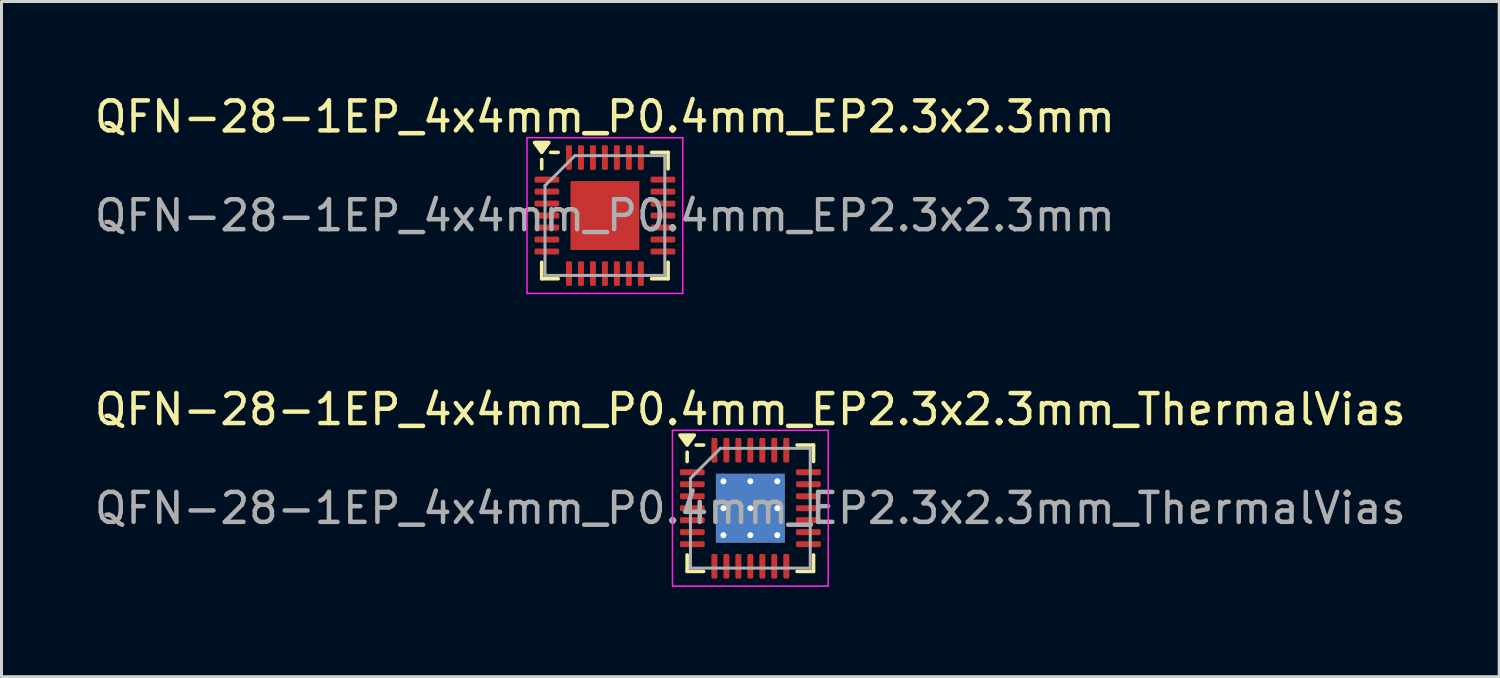
<source format=kicad_pcb>
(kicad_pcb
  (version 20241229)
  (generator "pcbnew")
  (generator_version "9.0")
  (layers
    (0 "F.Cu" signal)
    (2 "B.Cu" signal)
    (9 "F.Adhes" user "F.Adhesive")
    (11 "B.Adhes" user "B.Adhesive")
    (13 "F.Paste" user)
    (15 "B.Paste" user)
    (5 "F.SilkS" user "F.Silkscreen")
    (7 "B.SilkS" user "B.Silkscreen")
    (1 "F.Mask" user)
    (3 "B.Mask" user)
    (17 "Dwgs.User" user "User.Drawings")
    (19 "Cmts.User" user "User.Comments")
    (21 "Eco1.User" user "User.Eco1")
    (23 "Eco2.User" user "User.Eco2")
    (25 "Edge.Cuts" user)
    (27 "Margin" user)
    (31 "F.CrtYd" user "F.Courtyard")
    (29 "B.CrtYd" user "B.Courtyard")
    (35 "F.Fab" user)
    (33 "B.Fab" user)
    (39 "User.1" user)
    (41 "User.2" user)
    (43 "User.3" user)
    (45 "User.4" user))
  (footprint "QFN-28-1EP_4x4mm_P0.4mm_EP2.3x2.3mm"
    (layer "F.Cu")
    (at 17.149 4.148)
    (property "Reference" "QFN-28-1EP_4x4mm_P0.4mm_EP2.3x2.3mm" (at 0 -3.3 0) (layer "F.SilkS") (effects (font (size 1 1) (thickness 0.15))))
    (attr smd)
    (fp_line (start -2.11 -1.56) (end -2.11 -1.87) (stroke (width 0.12) (type solid)) (layer "F.SilkS"))
    (fp_line (start -2.11 2.11) (end -2.11 1.56) (stroke (width 0.12) (type solid)) (layer "F.SilkS"))
    (fp_line (start -1.56 -2.11) (end -1.81 -2.11) (stroke (width 0.12) (type solid)) (layer "F.SilkS"))
    (fp_line (start -1.56 2.11) (end -2.11 2.11) (stroke (width 0.12) (type solid)) (layer "F.SilkS"))
    (fp_line (start 1.56 -2.11) (end 2.11 -2.11) (stroke (width 0.12) (type solid)) (layer "F.SilkS"))
    (fp_line (start 1.56 2.11) (end 2.11 2.11) (stroke (width 0.12) (type solid)) (layer "F.SilkS"))
    (fp_line (start 2.11 -2.11) (end 2.11 -1.56) (stroke (width 0.12) (type solid)) (layer "F.SilkS"))
    (fp_line (start 2.11 2.11) (end 2.11 1.56) (stroke (width 0.12) (type solid)) (layer "F.SilkS"))
    (fp_poly (pts (xy -2.11 -2.11) (xy -2.35 -2.44) (xy -1.87 -2.44) (xy -2.11 -2.11)) (stroke (width 0.12) (type solid)) (fill yes) (layer "F.SilkS"))
    (fp_line (start -2.6 -2.6) (end -2.6 2.6) (stroke (width 0.05) (type solid)) (layer "F.CrtYd"))
    (fp_line (start -2.6 2.6) (end 2.6 2.6) (stroke (width 0.05) (type solid)) (layer "F.CrtYd"))
    (fp_line (start 2.6 -2.6) (end -2.6 -2.6) (stroke (width 0.05) (type solid)) (layer "F.CrtYd"))
    (fp_line (start 2.6 2.6) (end 2.6 -2.6) (stroke (width 0.05) (type solid)) (layer "F.CrtYd"))
    (fp_line (start -2 -1) (end -1 -2) (stroke (width 0.1) (type solid)) (layer "F.Fab"))
    (fp_line (start -2 2) (end -2 -1) (stroke (width 0.1) (type solid)) (layer "F.Fab"))
    (fp_line (start -1 -2) (end 2 -2) (stroke (width 0.1) (type solid)) (layer "F.Fab"))
    (fp_line (start 2 -2) (end 2 2) (stroke (width 0.1) (type solid)) (layer "F.Fab"))
    (fp_line (start 2 2) (end -2 2) (stroke (width 0.1) (type solid)) (layer "F.Fab"))
    (fp_text user "${REFERENCE}" (at 0 0 0) (layer "F.Fab") (effects (font (size 1 1) (thickness 0.15))))
    (pad "" smd roundrect (at -0.575 -0.575) (size 0.93 0.93) (layers "F.Paste") (roundrect_rratio 0.25))
    (pad "" smd roundrect (at -0.575 0.575) (size 0.93 0.93) (layers "F.Paste") (roundrect_rratio 0.25))
    (pad "" smd roundrect (at 0.575 -0.575) (size 0.93 0.93) (layers "F.Paste") (roundrect_rratio 0.25))
    (pad "" smd roundrect (at 0.575 0.575) (size 0.93 0.93) (layers "F.Paste") (roundrect_rratio 0.25))
    (pad "1" smd roundrect (at -1.938 -1.2) (size 0.825 0.2) (layers "F.Cu" "F.Mask" "F.Paste") (roundrect_rratio 0.25))
    (pad "2" smd roundrect (at -1.938 -0.8) (size 0.825 0.2) (layers "F.Cu" "F.Mask" "F.Paste") (roundrect_rratio 0.25))
    (pad "3" smd roundrect (at -1.938 -0.4) (size 0.825 0.2) (layers "F.Cu" "F.Mask" "F.Paste") (roundrect_rratio 0.25))
    (pad "4" smd roundrect (at -1.938 0) (size 0.825 0.2) (layers "F.Cu" "F.Mask" "F.Paste") (roundrect_rratio 0.25))
    (pad "5" smd roundrect (at -1.938 0.4) (size 0.825 0.2) (layers "F.Cu" "F.Mask" "F.Paste") (roundrect_rratio 0.25))
    (pad "6" smd roundrect (at -1.938 0.8) (size 0.825 0.2) (layers "F.Cu" "F.Mask" "F.Paste") (roundrect_rratio 0.25))
    (pad "7" smd roundrect (at -1.938 1.2) (size 0.825 0.2) (layers "F.Cu" "F.Mask" "F.Paste") (roundrect_rratio 0.25))
    (pad "8" smd roundrect (at -1.2 1.938) (size 0.2 0.825) (layers "F.Cu" "F.Mask" "F.Paste") (roundrect_rratio 0.25))
    (pad "9" smd roundrect (at -0.8 1.938) (size 0.2 0.825) (layers "F.Cu" "F.Mask" "F.Paste") (roundrect_rratio 0.25))
    (pad "10" smd roundrect (at -0.4 1.938) (size 0.2 0.825) (layers "F.Cu" "F.Mask" "F.Paste") (roundrect_rratio 0.25))
    (pad "11" smd roundrect (at 0 1.938) (size 0.2 0.825) (layers "F.Cu" "F.Mask" "F.Paste") (roundrect_rratio 0.25))
    (pad "12" smd roundrect (at 0.4 1.938) (size 0.2 0.825) (layers "F.Cu" "F.Mask" "F.Paste") (roundrect_rratio 0.25))
    (pad "13" smd roundrect (at 0.8 1.938) (size 0.2 0.825) (layers "F.Cu" "F.Mask" "F.Paste") (roundrect_rratio 0.25))
    (pad "14" smd roundrect (at 1.2 1.938) (size 0.2 0.825) (layers "F.Cu" "F.Mask" "F.Paste") (roundrect_rratio 0.25))
    (pad "15" smd roundrect (at 1.938 1.2) (size 0.825 0.2) (layers "F.Cu" "F.Mask" "F.Paste") (roundrect_rratio 0.25))
    (pad "16" smd roundrect (at 1.938 0.8) (size 0.825 0.2) (layers "F.Cu" "F.Mask" "F.Paste") (roundrect_rratio 0.25))
    (pad "17" smd roundrect (at 1.938 0.4) (size 0.825 0.2) (layers "F.Cu" "F.Mask" "F.Paste") (roundrect_rratio 0.25))
    (pad "18" smd roundrect (at 1.938 0) (size 0.825 0.2) (layers "F.Cu" "F.Mask" "F.Paste") (roundrect_rratio 0.25))
    (pad "19" smd roundrect (at 1.938 -0.4) (size 0.825 0.2) (layers "F.Cu" "F.Mask" "F.Paste") (roundrect_rratio 0.25))
    (pad "20" smd roundrect (at 1.938 -0.8) (size 0.825 0.2) (layers "F.Cu" "F.Mask" "F.Paste") (roundrect_rratio 0.25))
    (pad "21" smd roundrect (at 1.938 -1.2) (size 0.825 0.2) (layers "F.Cu" "F.Mask" "F.Paste") (roundrect_rratio 0.25))
    (pad "22" smd roundrect (at 1.2 -1.938) (size 0.2 0.825) (layers "F.Cu" "F.Mask" "F.Paste") (roundrect_rratio 0.25))
    (pad "23" smd roundrect (at 0.8 -1.938) (size 0.2 0.825) (layers "F.Cu" "F.Mask" "F.Paste") (roundrect_rratio 0.25))
    (pad "24" smd roundrect (at 0.4 -1.938) (size 0.2 0.825) (layers "F.Cu" "F.Mask" "F.Paste") (roundrect_rratio 0.25))
    (pad "25" smd roundrect (at 0 -1.938) (size 0.2 0.825) (layers "F.Cu" "F.Mask" "F.Paste") (roundrect_rratio 0.25))
    (pad "26" smd roundrect (at -0.4 -1.938) (size 0.2 0.825) (layers "F.Cu" "F.Mask" "F.Paste") (roundrect_rratio 0.25))
    (pad "27" smd roundrect (at -0.8 -1.938) (size 0.2 0.825) (layers "F.Cu" "F.Mask" "F.Paste") (roundrect_rratio 0.25))
    (pad "28" smd roundrect (at -1.2 -1.938) (size 0.2 0.825) (layers "F.Cu" "F.Mask" "F.Paste") (roundrect_rratio 0.25))
    (pad "29" smd rect (at 0 0) (size 2.3 2.3) (property pad_prop_heatsink) (layers "F.Cu" "F.Mask")))
  (footprint "QFN-28-1EP_4x4mm_P0.4mm_EP2.3x2.3mm_ThermalVias"
    (layer "F.Cu")
    (at 22.006 13.921)
    (property "Reference" "QFN-28-1EP_4x4mm_P0.4mm_EP2.3x2.3mm_ThermalVias" (at 0 -3.3 0) (layer "F.SilkS") (effects (font (size 1 1) (thickness 0.15))))
    (attr smd)
    (fp_line (start -2.11 -1.56) (end -2.11 -1.87) (stroke (width 0.12) (type solid)) (layer "F.SilkS"))
    (fp_line (start -2.11 2.11) (end -2.11 1.56) (stroke (width 0.12) (type solid)) (layer "F.SilkS"))
    (fp_line (start -1.56 -2.11) (end -1.81 -2.11) (stroke (width 0.12) (type solid)) (layer "F.SilkS"))
    (fp_line (start -1.56 2.11) (end -2.11 2.11) (stroke (width 0.12) (type solid)) (layer "F.SilkS"))
    (fp_line (start 1.56 -2.11) (end 2.11 -2.11) (stroke (width 0.12) (type solid)) (layer "F.SilkS"))
    (fp_line (start 1.56 2.11) (end 2.11 2.11) (stroke (width 0.12) (type solid)) (layer "F.SilkS"))
    (fp_line (start 2.11 -2.11) (end 2.11 -1.56) (stroke (width 0.12) (type solid)) (layer "F.SilkS"))
    (fp_line (start 2.11 2.11) (end 2.11 1.56) (stroke (width 0.12) (type solid)) (layer "F.SilkS"))
    (fp_poly (pts (xy -2.11 -2.11) (xy -2.35 -2.44) (xy -1.87 -2.44) (xy -2.11 -2.11)) (stroke (width 0.12) (type solid)) (fill yes) (layer "F.SilkS"))
    (fp_line (start -2.6 -2.6) (end -2.6 2.6) (stroke (width 0.05) (type solid)) (layer "F.CrtYd"))
    (fp_line (start -2.6 2.6) (end 2.6 2.6) (stroke (width 0.05) (type solid)) (layer "F.CrtYd"))
    (fp_line (start 2.6 -2.6) (end -2.6 -2.6) (stroke (width 0.05) (type solid)) (layer "F.CrtYd"))
    (fp_line (start 2.6 2.6) (end 2.6 -2.6) (stroke (width 0.05) (type solid)) (layer "F.CrtYd"))
    (fp_line (start -2 -1) (end -1 -2) (stroke (width 0.1) (type solid)) (layer "F.Fab"))
    (fp_line (start -2 2) (end -2 -1) (stroke (width 0.1) (type solid)) (layer "F.Fab"))
    (fp_line (start -1 -2) (end 2 -2) (stroke (width 0.1) (type solid)) (layer "F.Fab"))
    (fp_line (start 2 -2) (end 2 2) (stroke (width 0.1) (type solid)) (layer "F.Fab"))
    (fp_line (start 2 2) (end -2 2) (stroke (width 0.1) (type solid)) (layer "F.Fab"))
    (fp_text user "${REFERENCE}" (at 0 0 0) (layer "F.Fab") (effects (font (size 1 1) (thickness 0.15))))
    (pad "" smd roundrect (at -0.575 -0.575) (size 1 1) (layers "F.Paste") (roundrect_rratio 0.25))
    (pad "" smd roundrect (at -0.575 0.575) (size 1 1) (layers "F.Paste") (roundrect_rratio 0.25))
    (pad "" smd roundrect (at 0.575 -0.575) (size 1 1) (layers "F.Paste") (roundrect_rratio 0.25))
    (pad "" smd roundrect (at 0.575 0.575) (size 1 1) (layers "F.Paste") (roundrect_rratio 0.25))
    (pad "1" smd roundrect (at -1.938 -1.2) (size 0.825 0.2) (layers "F.Cu" "F.Mask" "F.Paste") (roundrect_rratio 0.25))
    (pad "2" smd roundrect (at -1.938 -0.8) (size 0.825 0.2) (layers "F.Cu" "F.Mask" "F.Paste") (roundrect_rratio 0.25))
    (pad "3" smd roundrect (at -1.938 -0.4) (size 0.825 0.2) (layers "F.Cu" "F.Mask" "F.Paste") (roundrect_rratio 0.25))
    (pad "4" smd roundrect (at -1.938 0) (size 0.825 0.2) (layers "F.Cu" "F.Mask" "F.Paste") (roundrect_rratio 0.25))
    (pad "5" smd roundrect (at -1.938 0.4) (size 0.825 0.2) (layers "F.Cu" "F.Mask" "F.Paste") (roundrect_rratio 0.25))
    (pad "6" smd roundrect (at -1.938 0.8) (size 0.825 0.2) (layers "F.Cu" "F.Mask" "F.Paste") (roundrect_rratio 0.25))
    (pad "7" smd roundrect (at -1.938 1.2) (size 0.825 0.2) (layers "F.Cu" "F.Mask" "F.Paste") (roundrect_rratio 0.25))
    (pad "8" smd roundrect (at -1.2 1.938) (size 0.2 0.825) (layers "F.Cu" "F.Mask" "F.Paste") (roundrect_rratio 0.25))
    (pad "9" smd roundrect (at -0.8 1.938) (size 0.2 0.825) (layers "F.Cu" "F.Mask" "F.Paste") (roundrect_rratio 0.25))
    (pad "10" smd roundrect (at -0.4 1.938) (size 0.2 0.825) (layers "F.Cu" "F.Mask" "F.Paste") (roundrect_rratio 0.25))
    (pad "11" smd roundrect (at 0 1.938) (size 0.2 0.825) (layers "F.Cu" "F.Mask" "F.Paste") (roundrect_rratio 0.25))
    (pad "12" smd roundrect (at 0.4 1.938) (size 0.2 0.825) (layers "F.Cu" "F.Mask" "F.Paste") (roundrect_rratio 0.25))
    (pad "13" smd roundrect (at 0.8 1.938) (size 0.2 0.825) (layers "F.Cu" "F.Mask" "F.Paste") (roundrect_rratio 0.25))
    (pad "14" smd roundrect (at 1.2 1.938) (size 0.2 0.825) (layers "F.Cu" "F.Mask" "F.Paste") (roundrect_rratio 0.25))
    (pad "15" smd roundrect (at 1.938 1.2) (size 0.825 0.2) (layers "F.Cu" "F.Mask" "F.Paste") (roundrect_rratio 0.25))
    (pad "16" smd roundrect (at 1.938 0.8) (size 0.825 0.2) (layers "F.Cu" "F.Mask" "F.Paste") (roundrect_rratio 0.25))
    (pad "17" smd roundrect (at 1.938 0.4) (size 0.825 0.2) (layers "F.Cu" "F.Mask" "F.Paste") (roundrect_rratio 0.25))
    (pad "18" smd roundrect (at 1.938 0) (size 0.825 0.2) (layers "F.Cu" "F.Mask" "F.Paste") (roundrect_rratio 0.25))
    (pad "19" smd roundrect (at 1.938 -0.4) (size 0.825 0.2) (layers "F.Cu" "F.Mask" "F.Paste") (roundrect_rratio 0.25))
    (pad "20" smd roundrect (at 1.938 -0.8) (size 0.825 0.2) (layers "F.Cu" "F.Mask" "F.Paste") (roundrect_rratio 0.25))
    (pad "21" smd roundrect (at 1.938 -1.2) (size 0.825 0.2) (layers "F.Cu" "F.Mask" "F.Paste") (roundrect_rratio 0.25))
    (pad "22" smd roundrect (at 1.2 -1.938) (size 0.2 0.825) (layers "F.Cu" "F.Mask" "F.Paste") (roundrect_rratio 0.25))
    (pad "23" smd roundrect (at 0.8 -1.938) (size 0.2 0.825) (layers "F.Cu" "F.Mask" "F.Paste") (roundrect_rratio 0.25))
    (pad "24" smd roundrect (at 0.4 -1.938) (size 0.2 0.825) (layers "F.Cu" "F.Mask" "F.Paste") (roundrect_rratio 0.25))
    (pad "25" smd roundrect (at 0 -1.938) (size 0.2 0.825) (layers "F.Cu" "F.Mask" "F.Paste") (roundrect_rratio 0.25))
    (pad "26" smd roundrect (at -0.4 -1.938) (size 0.2 0.825) (layers "F.Cu" "F.Mask" "F.Paste") (roundrect_rratio 0.25))
    (pad "27" smd roundrect (at -0.8 -1.938) (size 0.2 0.825) (layers "F.Cu" "F.Mask" "F.Paste") (roundrect_rratio 0.25))
    (pad "28" smd roundrect (at -1.2 -1.938) (size 0.2 0.825) (layers "F.Cu" "F.Mask" "F.Paste") (roundrect_rratio 0.25))
    (pad "29" thru_hole circle (at -0.9 -0.9) (size 0.5 0.5) (drill 0.2) (property pad_prop_heatsink) (layers "*.Cu"))
    (pad "29" thru_hole circle (at -0.9 0) (size 0.5 0.5) (drill 0.2) (property pad_prop_heatsink) (layers "*.Cu"))
    (pad "29" thru_hole circle (at -0.9 0.9) (size 0.5 0.5) (drill 0.2) (property pad_prop_heatsink) (layers "*.Cu"))
    (pad "29" thru_hole circle (at 0 -0.9) (size 0.5 0.5) (drill 0.2) (property pad_prop_heatsink) (layers "*.Cu"))
    (pad "29" thru_hole circle (at 0 0) (size 0.5 0.5) (drill 0.2) (property pad_prop_heatsink) (layers "*.Cu"))
    (pad "29" smd rect (at 0 0) (size 2.3 2.3) (property pad_prop_heatsink) (layers "F.Cu" "F.Mask"))
    (pad "29" smd rect (at 0 0) (size 2.3 2.3) (property pad_prop_heatsink) (layers "B.Cu"))
    (pad "29" thru_hole circle (at 0 0.9) (size 0.5 0.5) (drill 0.2) (property pad_prop_heatsink) (layers "*.Cu"))
    (pad "29" thru_hole circle (at 0.9 -0.9) (size 0.5 0.5) (drill 0.2) (property pad_prop_heatsink) (layers "*.Cu"))
    (pad "29" thru_hole circle (at 0.9 0) (size 0.5 0.5) (drill 0.2) (property pad_prop_heatsink) (layers "*.Cu"))
    (pad "29" thru_hole circle (at 0.9 0.9) (size 0.5 0.5) (drill 0.2) (property pad_prop_heatsink) (layers "*.Cu")))
  (gr_rect
    (start -3 -3)
    (end 47.012 19.547)
    (stroke (width 0.1) (type default))
    (fill no)
    (layer "Edge.Cuts")))
</source>
